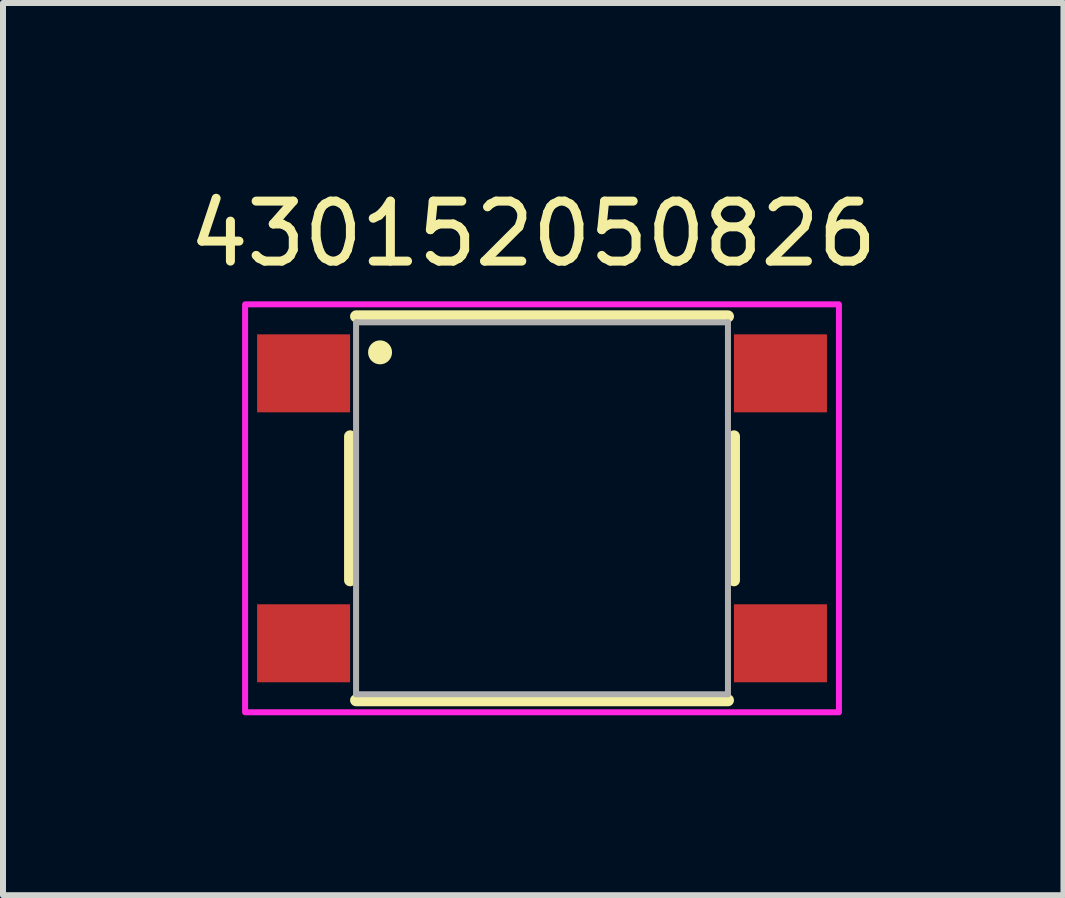
<source format=kicad_pcb>
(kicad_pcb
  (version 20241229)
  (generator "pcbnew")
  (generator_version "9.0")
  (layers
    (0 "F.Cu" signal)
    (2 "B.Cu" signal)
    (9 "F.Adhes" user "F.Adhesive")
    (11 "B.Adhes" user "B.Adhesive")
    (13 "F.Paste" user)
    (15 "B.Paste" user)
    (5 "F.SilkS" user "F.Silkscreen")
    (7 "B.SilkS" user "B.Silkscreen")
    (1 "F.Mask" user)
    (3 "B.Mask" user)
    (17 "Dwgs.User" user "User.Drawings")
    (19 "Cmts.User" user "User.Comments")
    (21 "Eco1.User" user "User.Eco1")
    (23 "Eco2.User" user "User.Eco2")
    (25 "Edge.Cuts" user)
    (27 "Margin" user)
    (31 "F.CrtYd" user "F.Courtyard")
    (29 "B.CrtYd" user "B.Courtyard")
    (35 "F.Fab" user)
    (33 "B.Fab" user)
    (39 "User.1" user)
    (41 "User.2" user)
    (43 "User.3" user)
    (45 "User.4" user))
  (footprint "430152050826"
    (layer "F.Cu")
    (at 5.986 5.424)
    (property "Reference" "430152050826" (at -0.147 -4.576 0) (layer "F.SilkS") (effects (font (size 1 1) (thickness 0.15))))
    (attr smd)
    (fp_line (start -3.2 -1.2) (end -3.2 1.2) (stroke (width 0.2) (type solid)) (layer "F.SilkS"))
    (fp_line (start -3.1 -3.2) (end 3.1 -3.2) (stroke (width 0.2) (type solid)) (layer "F.SilkS"))
    (fp_line (start 3.1 3.2) (end -3.1 3.2) (stroke (width 0.2) (type solid)) (layer "F.SilkS"))
    (fp_line (start 3.2 1.2) (end 3.2 -1.2) (stroke (width 0.2) (type solid)) (layer "F.SilkS"))
    (fp_circle (center -2.7 -2.6) (end -2.6 -2.6) (stroke (width 0.2) (type solid)) (fill no) (layer "F.SilkS"))
    (fp_poly (pts (xy -4.95 -3.4) (xy 4.95 -3.4) (xy 4.95 3.4) (xy -4.95 3.4)) (stroke (width 0.1) (type solid)) (fill no) (layer "F.CrtYd"))
    (fp_line (start -3.1 -3.1) (end -3.1 3.1) (stroke (width 0.1) (type solid)) (layer "F.Fab"))
    (fp_line (start -3.1 3.1) (end 3.1 3.1) (stroke (width 0.1) (type solid)) (layer "F.Fab"))
    (fp_line (start 3.1 -3.1) (end -3.1 -3.1) (stroke (width 0.1) (type solid)) (layer "F.Fab"))
    (fp_line (start 3.1 3.1) (end 3.1 -3.1) (stroke (width 0.1) (type solid)) (layer "F.Fab"))
    (pad "1" smd rect (at -3.975 -2.25) (size 1.55 1.3) (layers "F.Cu" "F.Mask" "F.Paste"))
    (pad "2" smd rect (at -3.975 2.25) (size 1.55 1.3) (layers "F.Cu" "F.Mask" "F.Paste"))
    (pad "3" smd rect (at 3.975 -2.25) (size 1.55 1.3) (layers "F.Cu" "F.Mask" "F.Paste"))
    (pad "4" smd rect (at 3.975 2.25) (size 1.55 1.3) (layers "F.Cu" "F.Mask" "F.Paste")))
  (gr_rect
    (start -3 -3)
    (end 14.679 11.874)
    (stroke (width 0.1) (type default))
    (fill no)
    (layer "Edge.Cuts")))
</source>
